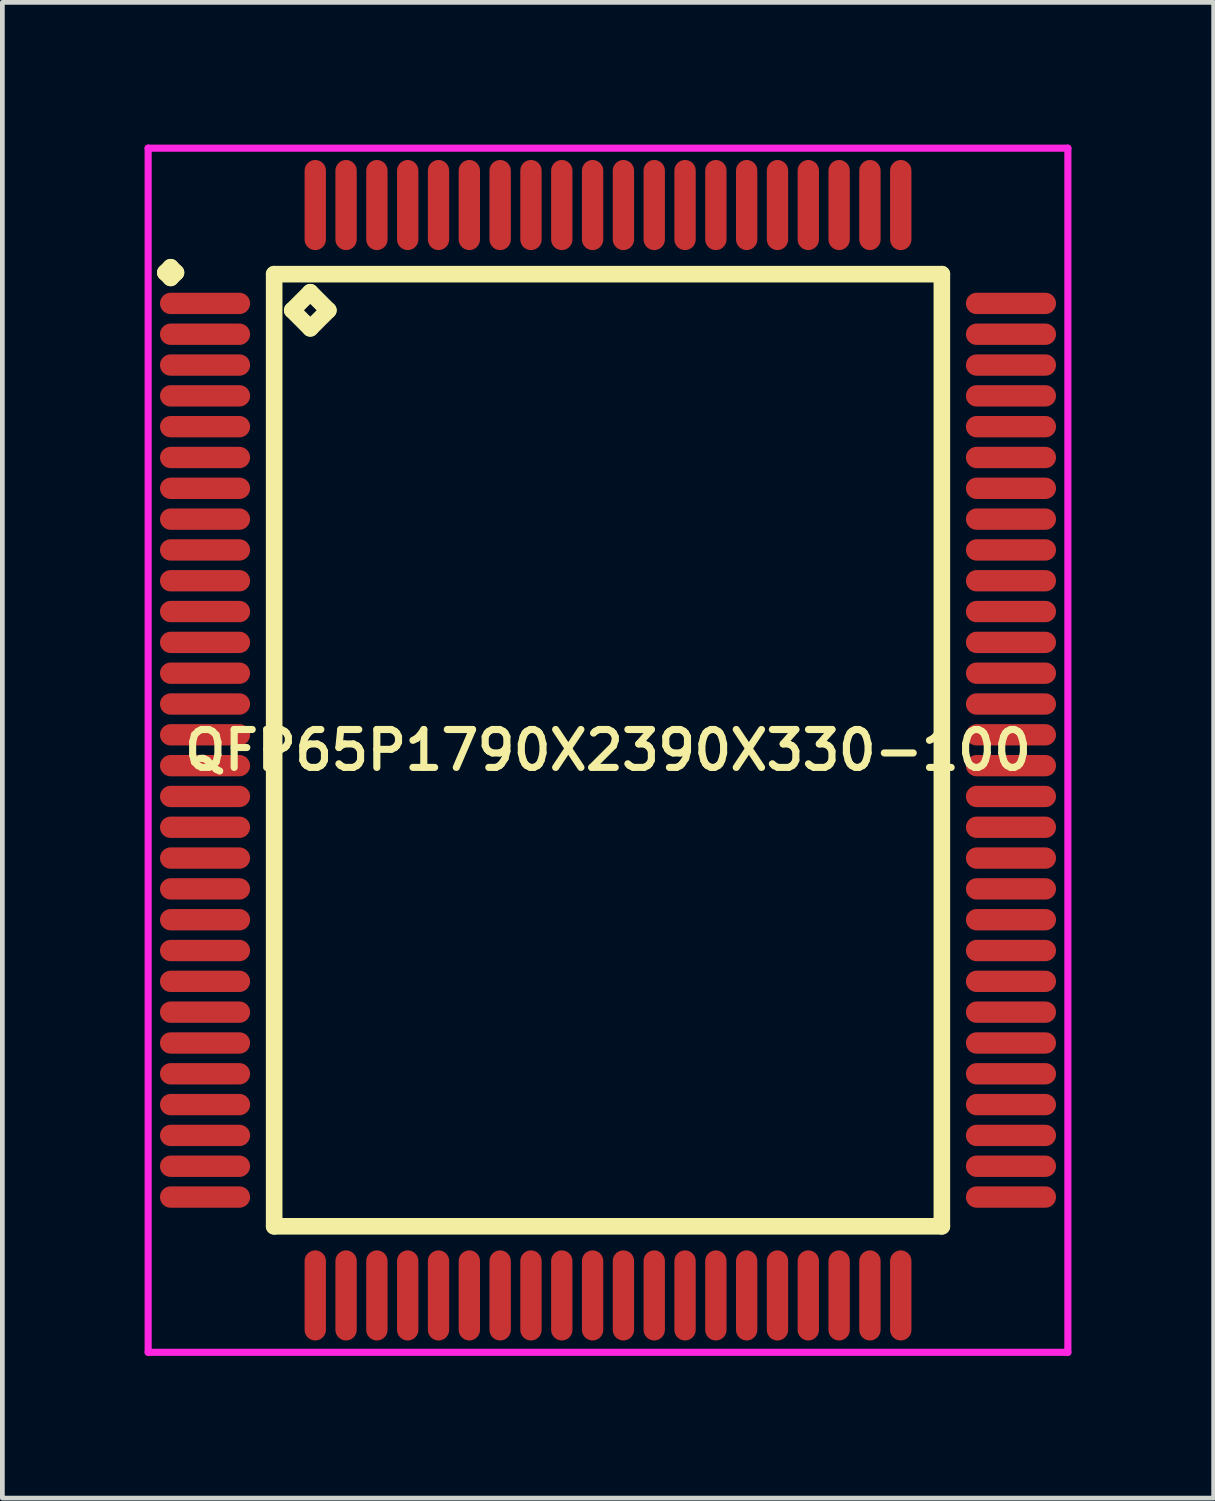
<source format=kicad_pcb>
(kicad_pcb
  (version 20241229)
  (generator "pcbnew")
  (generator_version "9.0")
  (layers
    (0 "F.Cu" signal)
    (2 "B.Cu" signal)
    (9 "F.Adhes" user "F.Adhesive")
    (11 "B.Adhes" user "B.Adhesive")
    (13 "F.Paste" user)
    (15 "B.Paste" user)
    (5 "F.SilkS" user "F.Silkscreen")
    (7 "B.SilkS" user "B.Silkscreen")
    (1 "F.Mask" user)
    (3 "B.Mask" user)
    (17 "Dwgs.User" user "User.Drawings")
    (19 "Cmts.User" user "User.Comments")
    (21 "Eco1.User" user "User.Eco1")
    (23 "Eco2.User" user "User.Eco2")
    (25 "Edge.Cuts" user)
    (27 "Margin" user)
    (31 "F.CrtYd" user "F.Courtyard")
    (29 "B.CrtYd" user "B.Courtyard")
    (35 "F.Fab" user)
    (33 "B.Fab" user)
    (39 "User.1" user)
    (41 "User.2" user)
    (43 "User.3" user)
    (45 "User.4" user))
  (footprint "QFP65P1790X2390X330-100"
    (layer "F.Cu")
    (at 9.775 12.775)
    (property "Reference" "QFP65P1790X2390X330-100" (at 0 0 0) (layer "F.SilkS") (effects (font (size 0.8 0.8) (thickness 0.15))))
    (attr smd)
    (fp_line (start -9.338 -10.075) (end -9.225 -10.188) (stroke (width 0.35) (type solid)) (layer "F.SilkS"))
    (fp_line (start -9.225 -10.188) (end -9.113 -10.075) (stroke (width 0.35) (type solid)) (layer "F.SilkS"))
    (fp_line (start -9.225 -9.963) (end -9.338 -10.075) (stroke (width 0.35) (type solid)) (layer "F.SilkS"))
    (fp_line (start -9.113 -10.075) (end -9.225 -9.963) (stroke (width 0.35) (type solid)) (layer "F.SilkS"))
    (fp_line (start -7.042 -10.042) (end -7.042 10.042) (stroke (width 0.35) (type solid)) (layer "F.SilkS"))
    (fp_line (start -7.042 10.042) (end 7.042 10.042) (stroke (width 0.35) (type solid)) (layer "F.SilkS"))
    (fp_line (start -6.661 -9.28) (end -6.28 -9.661) (stroke (width 0.35) (type solid)) (layer "F.SilkS"))
    (fp_line (start -6.28 -9.661) (end -5.899 -9.28) (stroke (width 0.35) (type solid)) (layer "F.SilkS"))
    (fp_line (start -6.28 -8.899) (end -6.661 -9.28) (stroke (width 0.35) (type solid)) (layer "F.SilkS"))
    (fp_line (start -5.899 -9.28) (end -6.28 -8.899) (stroke (width 0.35) (type solid)) (layer "F.SilkS"))
    (fp_line (start 7.042 -10.042) (end -7.042 -10.042) (stroke (width 0.35) (type solid)) (layer "F.SilkS"))
    (fp_line (start 7.042 10.042) (end 7.042 -10.042) (stroke (width 0.35) (type solid)) (layer "F.SilkS"))
    (fp_line (start -9.7 -12.7) (end 9.7 -12.7) (stroke (width 0.15) (type solid)) (layer "F.CrtYd"))
    (fp_line (start -9.7 12.7) (end -9.7 -12.7) (stroke (width 0.15) (type solid)) (layer "F.CrtYd"))
    (fp_line (start 9.7 -12.7) (end 9.7 12.7) (stroke (width 0.15) (type solid)) (layer "F.CrtYd"))
    (fp_line (start 9.7 12.7) (end -9.7 12.7) (stroke (width 0.15) (type solid)) (layer "F.CrtYd"))
    (pad "1" smd oval (at -8.5 -9.425) (size 1.9 0.45) (layers "F.Cu" "F.Mask" "F.Paste"))
    (pad "2" smd oval (at -8.5 -8.775) (size 1.9 0.45) (layers "F.Cu" "F.Mask" "F.Paste"))
    (pad "3" smd oval (at -8.5 -8.125) (size 1.9 0.45) (layers "F.Cu" "F.Mask" "F.Paste"))
    (pad "4" smd oval (at -8.5 -7.475) (size 1.9 0.45) (layers "F.Cu" "F.Mask" "F.Paste"))
    (pad "5" smd oval (at -8.5 -6.825) (size 1.9 0.45) (layers "F.Cu" "F.Mask" "F.Paste"))
    (pad "6" smd oval (at -8.5 -6.175) (size 1.9 0.45) (layers "F.Cu" "F.Mask" "F.Paste"))
    (pad "7" smd oval (at -8.5 -5.525) (size 1.9 0.45) (layers "F.Cu" "F.Mask" "F.Paste"))
    (pad "8" smd oval (at -8.5 -4.875) (size 1.9 0.45) (layers "F.Cu" "F.Mask" "F.Paste"))
    (pad "9" smd oval (at -8.5 -4.225) (size 1.9 0.45) (layers "F.Cu" "F.Mask" "F.Paste"))
    (pad "10" smd oval (at -8.5 -3.575) (size 1.9 0.45) (layers "F.Cu" "F.Mask" "F.Paste"))
    (pad "11" smd oval (at -8.5 -2.925) (size 1.9 0.45) (layers "F.Cu" "F.Mask" "F.Paste"))
    (pad "12" smd oval (at -8.5 -2.275) (size 1.9 0.45) (layers "F.Cu" "F.Mask" "F.Paste"))
    (pad "13" smd oval (at -8.5 -1.625) (size 1.9 0.45) (layers "F.Cu" "F.Mask" "F.Paste"))
    (pad "14" smd oval (at -8.5 -0.975) (size 1.9 0.45) (layers "F.Cu" "F.Mask" "F.Paste"))
    (pad "15" smd oval (at -8.5 -0.325) (size 1.9 0.45) (layers "F.Cu" "F.Mask" "F.Paste"))
    (pad "16" smd oval (at -8.5 0.325) (size 1.9 0.45) (layers "F.Cu" "F.Mask" "F.Paste"))
    (pad "17" smd oval (at -8.5 0.975) (size 1.9 0.45) (layers "F.Cu" "F.Mask" "F.Paste"))
    (pad "18" smd oval (at -8.5 1.625) (size 1.9 0.45) (layers "F.Cu" "F.Mask" "F.Paste"))
    (pad "19" smd oval (at -8.5 2.275) (size 1.9 0.45) (layers "F.Cu" "F.Mask" "F.Paste"))
    (pad "20" smd oval (at -8.5 2.925) (size 1.9 0.45) (layers "F.Cu" "F.Mask" "F.Paste"))
    (pad "21" smd oval (at -8.5 3.575) (size 1.9 0.45) (layers "F.Cu" "F.Mask" "F.Paste"))
    (pad "22" smd oval (at -8.5 4.225) (size 1.9 0.45) (layers "F.Cu" "F.Mask" "F.Paste"))
    (pad "23" smd oval (at -8.5 4.875) (size 1.9 0.45) (layers "F.Cu" "F.Mask" "F.Paste"))
    (pad "24" smd oval (at -8.5 5.525) (size 1.9 0.45) (layers "F.Cu" "F.Mask" "F.Paste"))
    (pad "25" smd oval (at -8.5 6.175) (size 1.9 0.45) (layers "F.Cu" "F.Mask" "F.Paste"))
    (pad "26" smd oval (at -8.5 6.825) (size 1.9 0.45) (layers "F.Cu" "F.Mask" "F.Paste"))
    (pad "27" smd oval (at -8.5 7.475) (size 1.9 0.45) (layers "F.Cu" "F.Mask" "F.Paste"))
    (pad "28" smd oval (at -8.5 8.125) (size 1.9 0.45) (layers "F.Cu" "F.Mask" "F.Paste"))
    (pad "29" smd oval (at -8.5 8.775) (size 1.9 0.45) (layers "F.Cu" "F.Mask" "F.Paste"))
    (pad "30" smd oval (at -8.5 9.425) (size 1.9 0.45) (layers "F.Cu" "F.Mask" "F.Paste"))
    (pad "31" smd oval (at -6.175 11.5) (size 0.45 1.9) (layers "F.Cu" "F.Mask" "F.Paste"))
    (pad "32" smd oval (at -5.525 11.5) (size 0.45 1.9) (layers "F.Cu" "F.Mask" "F.Paste"))
    (pad "33" smd oval (at -4.875 11.5) (size 0.45 1.9) (layers "F.Cu" "F.Mask" "F.Paste"))
    (pad "34" smd oval (at -4.225 11.5) (size 0.45 1.9) (layers "F.Cu" "F.Mask" "F.Paste"))
    (pad "35" smd oval (at -3.575 11.5) (size 0.45 1.9) (layers "F.Cu" "F.Mask" "F.Paste"))
    (pad "36" smd oval (at -2.925 11.5) (size 0.45 1.9) (layers "F.Cu" "F.Mask" "F.Paste"))
    (pad "37" smd oval (at -2.275 11.5) (size 0.45 1.9) (layers "F.Cu" "F.Mask" "F.Paste"))
    (pad "38" smd oval (at -1.625 11.5) (size 0.45 1.9) (layers "F.Cu" "F.Mask" "F.Paste"))
    (pad "39" smd oval (at -0.975 11.5) (size 0.45 1.9) (layers "F.Cu" "F.Mask" "F.Paste"))
    (pad "40" smd oval (at -0.325 11.5) (size 0.45 1.9) (layers "F.Cu" "F.Mask" "F.Paste"))
    (pad "41" smd oval (at 0.325 11.5) (size 0.45 1.9) (layers "F.Cu" "F.Mask" "F.Paste"))
    (pad "42" smd oval (at 0.975 11.5) (size 0.45 1.9) (layers "F.Cu" "F.Mask" "F.Paste"))
    (pad "43" smd oval (at 1.625 11.5) (size 0.45 1.9) (layers "F.Cu" "F.Mask" "F.Paste"))
    (pad "44" smd oval (at 2.275 11.5) (size 0.45 1.9) (layers "F.Cu" "F.Mask" "F.Paste"))
    (pad "45" smd oval (at 2.925 11.5) (size 0.45 1.9) (layers "F.Cu" "F.Mask" "F.Paste"))
    (pad "46" smd oval (at 3.575 11.5) (size 0.45 1.9) (layers "F.Cu" "F.Mask" "F.Paste"))
    (pad "47" smd oval (at 4.225 11.5) (size 0.45 1.9) (layers "F.Cu" "F.Mask" "F.Paste"))
    (pad "48" smd oval (at 4.875 11.5) (size 0.45 1.9) (layers "F.Cu" "F.Mask" "F.Paste"))
    (pad "49" smd oval (at 5.525 11.5) (size 0.45 1.9) (layers "F.Cu" "F.Mask" "F.Paste"))
    (pad "50" smd oval (at 6.175 11.5) (size 0.45 1.9) (layers "F.Cu" "F.Mask" "F.Paste"))
    (pad "51" smd oval (at 8.5 9.425) (size 1.9 0.45) (layers "F.Cu" "F.Mask" "F.Paste"))
    (pad "52" smd oval (at 8.5 8.775) (size 1.9 0.45) (layers "F.Cu" "F.Mask" "F.Paste"))
    (pad "53" smd oval (at 8.5 8.125) (size 1.9 0.45) (layers "F.Cu" "F.Mask" "F.Paste"))
    (pad "54" smd oval (at 8.5 7.475) (size 1.9 0.45) (layers "F.Cu" "F.Mask" "F.Paste"))
    (pad "55" smd oval (at 8.5 6.825) (size 1.9 0.45) (layers "F.Cu" "F.Mask" "F.Paste"))
    (pad "56" smd oval (at 8.5 6.175) (size 1.9 0.45) (layers "F.Cu" "F.Mask" "F.Paste"))
    (pad "57" smd oval (at 8.5 5.525) (size 1.9 0.45) (layers "F.Cu" "F.Mask" "F.Paste"))
    (pad "58" smd oval (at 8.5 4.875) (size 1.9 0.45) (layers "F.Cu" "F.Mask" "F.Paste"))
    (pad "59" smd oval (at 8.5 4.225) (size 1.9 0.45) (layers "F.Cu" "F.Mask" "F.Paste"))
    (pad "60" smd oval (at 8.5 3.575) (size 1.9 0.45) (layers "F.Cu" "F.Mask" "F.Paste"))
    (pad "61" smd oval (at 8.5 2.925) (size 1.9 0.45) (layers "F.Cu" "F.Mask" "F.Paste"))
    (pad "62" smd oval (at 8.5 2.275) (size 1.9 0.45) (layers "F.Cu" "F.Mask" "F.Paste"))
    (pad "63" smd oval (at 8.5 1.625) (size 1.9 0.45) (layers "F.Cu" "F.Mask" "F.Paste"))
    (pad "64" smd oval (at 8.5 0.975) (size 1.9 0.45) (layers "F.Cu" "F.Mask" "F.Paste"))
    (pad "65" smd oval (at 8.5 0.325) (size 1.9 0.45) (layers "F.Cu" "F.Mask" "F.Paste"))
    (pad "66" smd oval (at 8.5 -0.325) (size 1.9 0.45) (layers "F.Cu" "F.Mask" "F.Paste"))
    (pad "67" smd oval (at 8.5 -0.975) (size 1.9 0.45) (layers "F.Cu" "F.Mask" "F.Paste"))
    (pad "68" smd oval (at 8.5 -1.625) (size 1.9 0.45) (layers "F.Cu" "F.Mask" "F.Paste"))
    (pad "69" smd oval (at 8.5 -2.275) (size 1.9 0.45) (layers "F.Cu" "F.Mask" "F.Paste"))
    (pad "70" smd oval (at 8.5 -2.925) (size 1.9 0.45) (layers "F.Cu" "F.Mask" "F.Paste"))
    (pad "71" smd oval (at 8.5 -3.575) (size 1.9 0.45) (layers "F.Cu" "F.Mask" "F.Paste"))
    (pad "72" smd oval (at 8.5 -4.225) (size 1.9 0.45) (layers "F.Cu" "F.Mask" "F.Paste"))
    (pad "73" smd oval (at 8.5 -4.875) (size 1.9 0.45) (layers "F.Cu" "F.Mask" "F.Paste"))
    (pad "74" smd oval (at 8.5 -5.525) (size 1.9 0.45) (layers "F.Cu" "F.Mask" "F.Paste"))
    (pad "75" smd oval (at 8.5 -6.175) (size 1.9 0.45) (layers "F.Cu" "F.Mask" "F.Paste"))
    (pad "76" smd oval (at 8.5 -6.825) (size 1.9 0.45) (layers "F.Cu" "F.Mask" "F.Paste"))
    (pad "77" smd oval (at 8.5 -7.475) (size 1.9 0.45) (layers "F.Cu" "F.Mask" "F.Paste"))
    (pad "78" smd oval (at 8.5 -8.125) (size 1.9 0.45) (layers "F.Cu" "F.Mask" "F.Paste"))
    (pad "79" smd oval (at 8.5 -8.775) (size 1.9 0.45) (layers "F.Cu" "F.Mask" "F.Paste"))
    (pad "80" smd oval (at 8.5 -9.425) (size 1.9 0.45) (layers "F.Cu" "F.Mask" "F.Paste"))
    (pad "81" smd oval (at 6.175 -11.5) (size 0.45 1.9) (layers "F.Cu" "F.Mask" "F.Paste"))
    (pad "82" smd oval (at 5.525 -11.5) (size 0.45 1.9) (layers "F.Cu" "F.Mask" "F.Paste"))
    (pad "83" smd oval (at 4.875 -11.5) (size 0.45 1.9) (layers "F.Cu" "F.Mask" "F.Paste"))
    (pad "84" smd oval (at 4.225 -11.5) (size 0.45 1.9) (layers "F.Cu" "F.Mask" "F.Paste"))
    (pad "85" smd oval (at 3.575 -11.5) (size 0.45 1.9) (layers "F.Cu" "F.Mask" "F.Paste"))
    (pad "86" smd oval (at 2.925 -11.5) (size 0.45 1.9) (layers "F.Cu" "F.Mask" "F.Paste"))
    (pad "87" smd oval (at 2.275 -11.5) (size 0.45 1.9) (layers "F.Cu" "F.Mask" "F.Paste"))
    (pad "88" smd oval (at 1.625 -11.5) (size 0.45 1.9) (layers "F.Cu" "F.Mask" "F.Paste"))
    (pad "89" smd oval (at 0.975 -11.5) (size 0.45 1.9) (layers "F.Cu" "F.Mask" "F.Paste"))
    (pad "90" smd oval (at 0.325 -11.5) (size 0.45 1.9) (layers "F.Cu" "F.Mask" "F.Paste"))
    (pad "91" smd oval (at -0.325 -11.5) (size 0.45 1.9) (layers "F.Cu" "F.Mask" "F.Paste"))
    (pad "92" smd oval (at -0.975 -11.5) (size 0.45 1.9) (layers "F.Cu" "F.Mask" "F.Paste"))
    (pad "93" smd oval (at -1.625 -11.5) (size 0.45 1.9) (layers "F.Cu" "F.Mask" "F.Paste"))
    (pad "94" smd oval (at -2.275 -11.5) (size 0.45 1.9) (layers "F.Cu" "F.Mask" "F.Paste"))
    (pad "95" smd oval (at -2.925 -11.5) (size 0.45 1.9) (layers "F.Cu" "F.Mask" "F.Paste"))
    (pad "96" smd oval (at -3.575 -11.5) (size 0.45 1.9) (layers "F.Cu" "F.Mask" "F.Paste"))
    (pad "97" smd oval (at -4.225 -11.5) (size 0.45 1.9) (layers "F.Cu" "F.Mask" "F.Paste"))
    (pad "98" smd oval (at -4.875 -11.5) (size 0.45 1.9) (layers "F.Cu" "F.Mask" "F.Paste"))
    (pad "99" smd oval (at -5.525 -11.5) (size 0.45 1.9) (layers "F.Cu" "F.Mask" "F.Paste"))
    (pad "100" smd oval (at -6.175 -11.5) (size 0.45 1.9) (layers "F.Cu" "F.Mask" "F.Paste")))
  (gr_rect
    (start -3 -3)
    (end 22.55 28.55)
    (stroke (width 0.1) (type default))
    (fill no)
    (layer "Edge.Cuts")))
</source>
